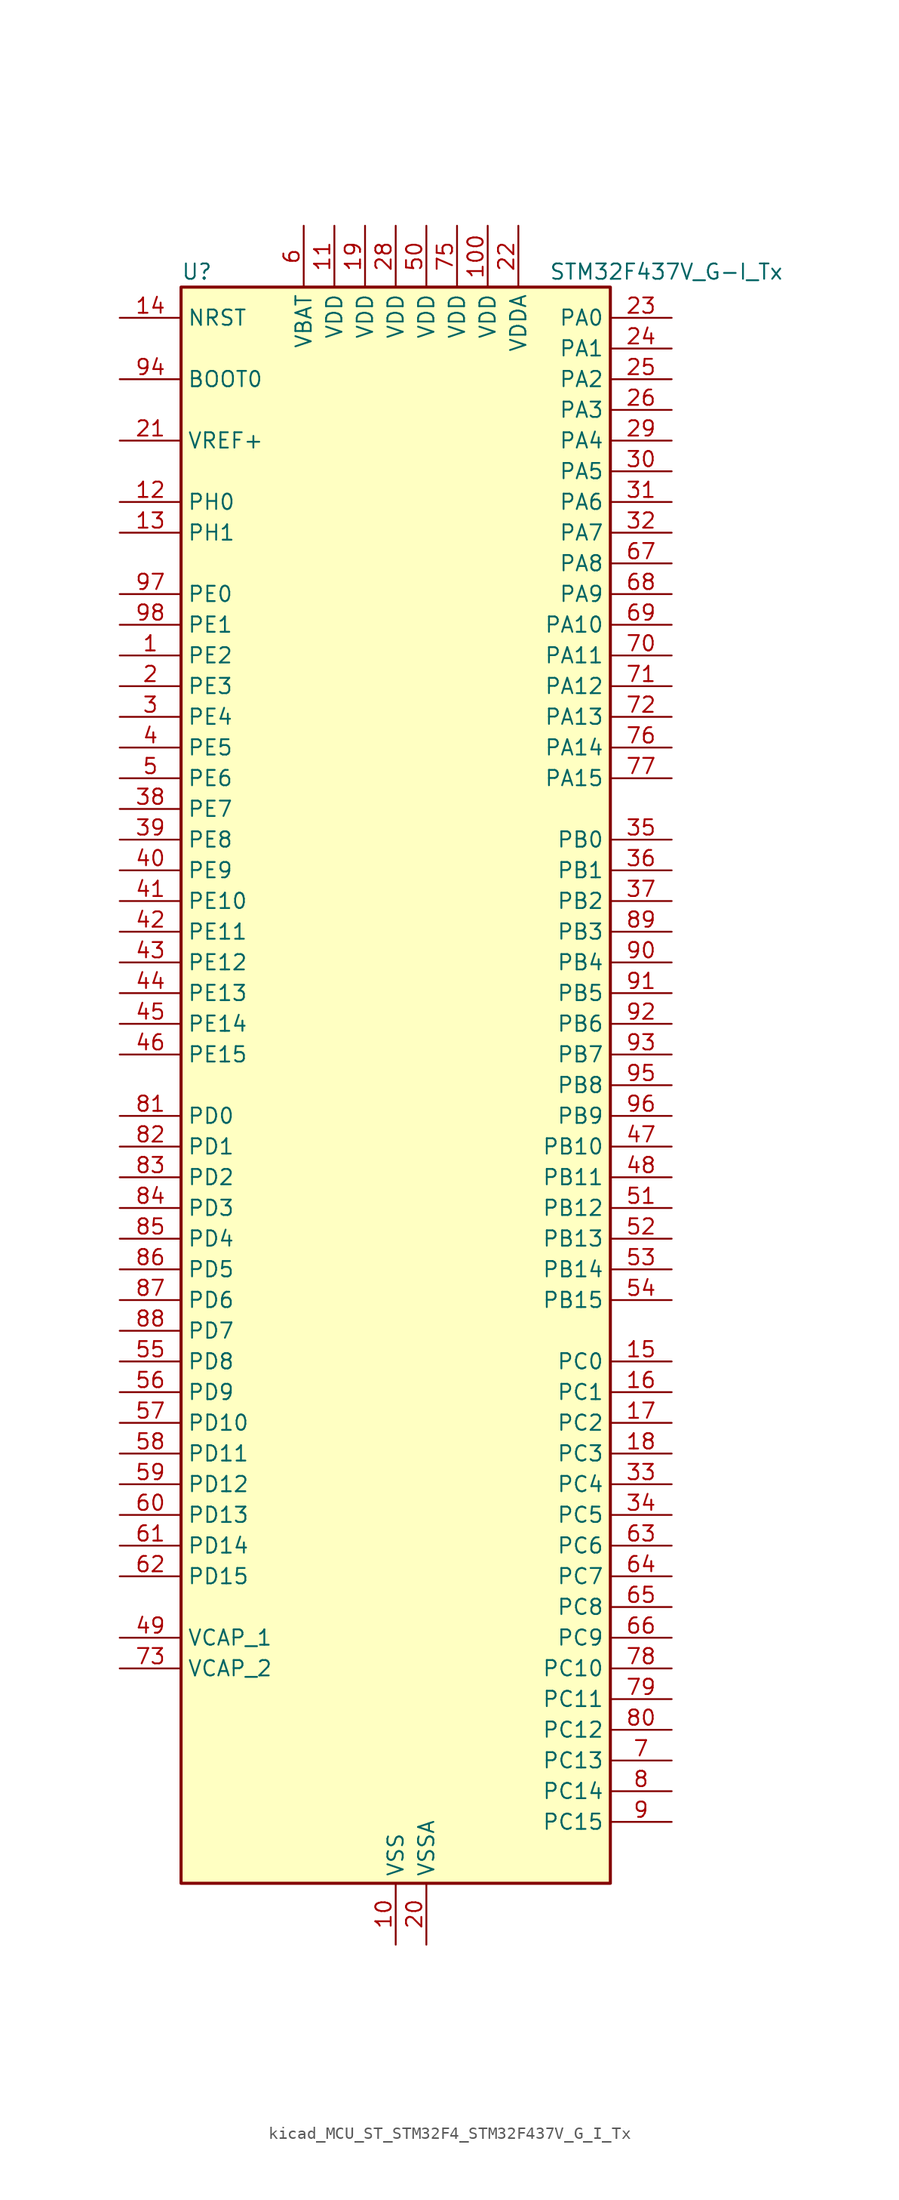
<source format=kicad_sym>
(kicad_symbol_lib
  (version 20220914)
  (generator kicad_symbol_editor)
  (symbol "kicad_MCU_ST_STM32F4_STM32F437V_G_I_Tx"
    (property "Reference" "U"
      (at -17.78 67.31 0)
      (effects (font (size 1.27 1.27)) (justify left)))
    (property "Value" "STM32F437V_G-I_Tx"
      (at 12.7 67.31 0)
      (effects (font (size 1.27 1.27)) (justify left)))
    (property "ki_locked" ""
      (at 0 0 0)
      (effects (font (size 1.27 1.27))))
    (symbol "kicad_MCU_ST_STM32F4_STM32F437V_G_I_Tx_0_1"
      (rectangle (start -17.78 -66.04) (end 17.78 66.04) (stroke (width 0.254) (type default)) (fill (type background))))
    (symbol "kicad_MCU_ST_STM32F4_STM32F437V_G_I_Tx_1_1"
      (pin bidirectional line (at -22.86 35.56 0) (length 5.08) (name "PE2" (effects (font (size 1.27 1.27)))) (number "1" (effects (font (size 1.27 1.27)))) (alternate "ETH_TXD3" bidirectional line) (alternate "FMC_A23" bidirectional line) (alternate "SAI1_MCLK_A" bidirectional line) (alternate "SPI4_SCK" bidirectional line) (alternate "SYS_TRACECLK" bidirectional line))
      (pin power_in line (at 0 -71.12 90) (length 5.08) (name "VSS" (effects (font (size 1.27 1.27)))) (number "10" (effects (font (size 1.27 1.27)))))
      (pin power_in line (at 7.62 71.12 270) (length 5.08) (name "VDD" (effects (font (size 1.27 1.27)))) (number "100" (effects (font (size 1.27 1.27)))))
      (pin power_in line (at -5.08 71.12 270) (length 5.08) (name "VDD" (effects (font (size 1.27 1.27)))) (number "11" (effects (font (size 1.27 1.27)))))
      (pin bidirectional line (at -22.86 48.26 0) (length 5.08) (name "PH0" (effects (font (size 1.27 1.27)))) (number "12" (effects (font (size 1.27 1.27)))) (alternate "RCC_OSC_IN" bidirectional line))
      (pin bidirectional line (at -22.86 45.72 0) (length 5.08) (name "PH1" (effects (font (size 1.27 1.27)))) (number "13" (effects (font (size 1.27 1.27)))) (alternate "RCC_OSC_OUT" bidirectional line))
      (pin input line (at -22.86 63.5 0) (length 5.08) (name "NRST" (effects (font (size 1.27 1.27)))) (number "14" (effects (font (size 1.27 1.27)))))
      (pin bidirectional line (at 22.86 -22.86 180) (length 5.08) (name "PC0" (effects (font (size 1.27 1.27)))) (number "15" (effects (font (size 1.27 1.27)))) (alternate "ADC1_IN10" bidirectional line) (alternate "ADC2_IN10" bidirectional line) (alternate "ADC3_IN10" bidirectional line) (alternate "FMC_SDNWE" bidirectional line) (alternate "USB_OTG_HS_ULPI_STP" bidirectional line))
      (pin bidirectional line (at 22.86 -25.4 180) (length 5.08) (name "PC1" (effects (font (size 1.27 1.27)))) (number "16" (effects (font (size 1.27 1.27)))) (alternate "ADC1_IN11" bidirectional line) (alternate "ADC2_IN11" bidirectional line) (alternate "ADC3_IN11" bidirectional line) (alternate "ETH_MDC" bidirectional line))
      (pin bidirectional line (at 22.86 -27.94 180) (length 5.08) (name "PC2" (effects (font (size 1.27 1.27)))) (number "17" (effects (font (size 1.27 1.27)))) (alternate "ADC1_IN12" bidirectional line) (alternate "ADC2_IN12" bidirectional line) (alternate "ADC3_IN12" bidirectional line) (alternate "ETH_TXD2" bidirectional line) (alternate "FMC_SDNE0" bidirectional line) (alternate "I2S2_ext_SD" bidirectional line) (alternate "SPI2_MISO" bidirectional line) (alternate "USB_OTG_HS_ULPI_DIR" bidirectional line))
      (pin bidirectional line (at 22.86 -30.48 180) (length 5.08) (name "PC3" (effects (font (size 1.27 1.27)))) (number "18" (effects (font (size 1.27 1.27)))) (alternate "ADC1_IN13" bidirectional line) (alternate "ADC2_IN13" bidirectional line) (alternate "ADC3_IN13" bidirectional line) (alternate "ETH_TX_CLK" bidirectional line) (alternate "FMC_SDCKE0" bidirectional line) (alternate "I2S2_SD" bidirectional line) (alternate "SPI2_MOSI" bidirectional line) (alternate "USB_OTG_HS_ULPI_NXT" bidirectional line))
      (pin power_in line (at -2.54 71.12 270) (length 5.08) (name "VDD" (effects (font (size 1.27 1.27)))) (number "19" (effects (font (size 1.27 1.27)))))
      (pin bidirectional line (at -22.86 33.02 0) (length 5.08) (name "PE3" (effects (font (size 1.27 1.27)))) (number "2" (effects (font (size 1.27 1.27)))) (alternate "FMC_A19" bidirectional line) (alternate "SAI1_SD_B" bidirectional line) (alternate "SYS_TRACED0" bidirectional line))
      (pin power_in line (at 2.54 -71.12 90) (length 5.08) (name "VSSA" (effects (font (size 1.27 1.27)))) (number "20" (effects (font (size 1.27 1.27)))))
      (pin input line (at -22.86 53.34 0) (length 5.08) (name "VREF+" (effects (font (size 1.27 1.27)))) (number "21" (effects (font (size 1.27 1.27)))))
      (pin power_in line (at 10.16 71.12 270) (length 5.08) (name "VDDA" (effects (font (size 1.27 1.27)))) (number "22" (effects (font (size 1.27 1.27)))))
      (pin bidirectional line (at 22.86 63.5 180) (length 5.08) (name "PA0" (effects (font (size 1.27 1.27)))) (number "23" (effects (font (size 1.27 1.27)))) (alternate "ADC1_IN0" bidirectional line) (alternate "ADC2_IN0" bidirectional line) (alternate "ADC3_IN0" bidirectional line) (alternate "ETH_CRS" bidirectional line) (alternate "SYS_WKUP" bidirectional line) (alternate "TIM2_CH1" bidirectional line) (alternate "TIM2_ETR" bidirectional line) (alternate "TIM5_CH1" bidirectional line) (alternate "TIM8_ETR" bidirectional line) (alternate "UART4_TX" bidirectional line) (alternate "USART2_CTS" bidirectional line))
      (pin bidirectional line (at 22.86 60.96 180) (length 5.08) (name "PA1" (effects (font (size 1.27 1.27)))) (number "24" (effects (font (size 1.27 1.27)))) (alternate "ADC1_IN1" bidirectional line) (alternate "ADC2_IN1" bidirectional line) (alternate "ADC3_IN1" bidirectional line) (alternate "ETH_REF_CLK" bidirectional line) (alternate "ETH_RX_CLK" bidirectional line) (alternate "TIM2_CH2" bidirectional line) (alternate "TIM5_CH2" bidirectional line) (alternate "UART4_RX" bidirectional line) (alternate "USART2_RTS" bidirectional line))
      (pin bidirectional line (at 22.86 58.42 180) (length 5.08) (name "PA2" (effects (font (size 1.27 1.27)))) (number "25" (effects (font (size 1.27 1.27)))) (alternate "ADC1_IN2" bidirectional line) (alternate "ADC2_IN2" bidirectional line) (alternate "ADC3_IN2" bidirectional line) (alternate "ETH_MDIO" bidirectional line) (alternate "TIM2_CH3" bidirectional line) (alternate "TIM5_CH3" bidirectional line) (alternate "TIM9_CH1" bidirectional line) (alternate "USART2_TX" bidirectional line))
      (pin bidirectional line (at 22.86 55.88 180) (length 5.08) (name "PA3" (effects (font (size 1.27 1.27)))) (number "26" (effects (font (size 1.27 1.27)))) (alternate "ADC1_IN3" bidirectional line) (alternate "ADC2_IN3" bidirectional line) (alternate "ADC3_IN3" bidirectional line) (alternate "ETH_COL" bidirectional line) (alternate "TIM2_CH4" bidirectional line) (alternate "TIM5_CH4" bidirectional line) (alternate "TIM9_CH2" bidirectional line) (alternate "USART2_RX" bidirectional line) (alternate "USB_OTG_HS_ULPI_D0" bidirectional line))
      (pin passive line (at 0 -71.12 90) (length 5.08) hide (name "VSS" (effects (font (size 1.27 1.27)))) (number "27" (effects (font (size 1.27 1.27)))))
      (pin power_in line (at 0 71.12 270) (length 5.08) (name "VDD" (effects (font (size 1.27 1.27)))) (number "28" (effects (font (size 1.27 1.27)))))
      (pin bidirectional line (at 22.86 53.34 180) (length 5.08) (name "PA4" (effects (font (size 1.27 1.27)))) (number "29" (effects (font (size 1.27 1.27)))) (alternate "ADC1_IN4" bidirectional line) (alternate "ADC2_IN4" bidirectional line) (alternate "DAC_OUT1" bidirectional line) (alternate "DCMI_HSYNC" bidirectional line) (alternate "I2S3_WS" bidirectional line) (alternate "SPI1_NSS" bidirectional line) (alternate "SPI3_NSS" bidirectional line) (alternate "USART2_CK" bidirectional line) (alternate "USB_OTG_HS_SOF" bidirectional line))
      (pin bidirectional line (at -22.86 30.48 0) (length 5.08) (name "PE4" (effects (font (size 1.27 1.27)))) (number "3" (effects (font (size 1.27 1.27)))) (alternate "DCMI_D4" bidirectional line) (alternate "FMC_A20" bidirectional line) (alternate "SAI1_FS_A" bidirectional line) (alternate "SPI4_NSS" bidirectional line) (alternate "SYS_TRACED1" bidirectional line))
      (pin bidirectional line (at 22.86 50.8 180) (length 5.08) (name "PA5" (effects (font (size 1.27 1.27)))) (number "30" (effects (font (size 1.27 1.27)))) (alternate "ADC1_IN5" bidirectional line) (alternate "ADC2_IN5" bidirectional line) (alternate "DAC_OUT2" bidirectional line) (alternate "SPI1_SCK" bidirectional line) (alternate "TIM2_CH1" bidirectional line) (alternate "TIM2_ETR" bidirectional line) (alternate "TIM8_CH1N" bidirectional line) (alternate "USB_OTG_HS_ULPI_CK" bidirectional line))
      (pin bidirectional line (at 22.86 48.26 180) (length 5.08) (name "PA6" (effects (font (size 1.27 1.27)))) (number "31" (effects (font (size 1.27 1.27)))) (alternate "ADC1_IN6" bidirectional line) (alternate "ADC2_IN6" bidirectional line) (alternate "DCMI_PIXCLK" bidirectional line) (alternate "SPI1_MISO" bidirectional line) (alternate "TIM13_CH1" bidirectional line) (alternate "TIM1_BKIN" bidirectional line) (alternate "TIM3_CH1" bidirectional line) (alternate "TIM8_BKIN" bidirectional line))
      (pin bidirectional line (at 22.86 45.72 180) (length 5.08) (name "PA7" (effects (font (size 1.27 1.27)))) (number "32" (effects (font (size 1.27 1.27)))) (alternate "ADC1_IN7" bidirectional line) (alternate "ADC2_IN7" bidirectional line) (alternate "ETH_CRS_DV" bidirectional line) (alternate "ETH_RX_DV" bidirectional line) (alternate "SPI1_MOSI" bidirectional line) (alternate "TIM14_CH1" bidirectional line) (alternate "TIM1_CH1N" bidirectional line) (alternate "TIM3_CH2" bidirectional line) (alternate "TIM8_CH1N" bidirectional line))
      (pin bidirectional line (at 22.86 -33.02 180) (length 5.08) (name "PC4" (effects (font (size 1.27 1.27)))) (number "33" (effects (font (size 1.27 1.27)))) (alternate "ADC1_IN14" bidirectional line) (alternate "ADC2_IN14" bidirectional line) (alternate "ETH_RXD0" bidirectional line))
      (pin bidirectional line (at 22.86 -35.56 180) (length 5.08) (name "PC5" (effects (font (size 1.27 1.27)))) (number "34" (effects (font (size 1.27 1.27)))) (alternate "ADC1_IN15" bidirectional line) (alternate "ADC2_IN15" bidirectional line) (alternate "ETH_RXD1" bidirectional line))
      (pin bidirectional line (at 22.86 20.32 180) (length 5.08) (name "PB0" (effects (font (size 1.27 1.27)))) (number "35" (effects (font (size 1.27 1.27)))) (alternate "ADC1_IN8" bidirectional line) (alternate "ADC2_IN8" bidirectional line) (alternate "ETH_RXD2" bidirectional line) (alternate "TIM1_CH2N" bidirectional line) (alternate "TIM3_CH3" bidirectional line) (alternate "TIM8_CH2N" bidirectional line) (alternate "USB_OTG_HS_ULPI_D1" bidirectional line))
      (pin bidirectional line (at 22.86 17.78 180) (length 5.08) (name "PB1" (effects (font (size 1.27 1.27)))) (number "36" (effects (font (size 1.27 1.27)))) (alternate "ADC1_IN9" bidirectional line) (alternate "ADC2_IN9" bidirectional line) (alternate "ETH_RXD3" bidirectional line) (alternate "TIM1_CH3N" bidirectional line) (alternate "TIM3_CH4" bidirectional line) (alternate "TIM8_CH3N" bidirectional line) (alternate "USB_OTG_HS_ULPI_D2" bidirectional line))
      (pin bidirectional line (at 22.86 15.24 180) (length 5.08) (name "PB2" (effects (font (size 1.27 1.27)))) (number "37" (effects (font (size 1.27 1.27)))))
      (pin bidirectional line (at -22.86 22.86 0) (length 5.08) (name "PE7" (effects (font (size 1.27 1.27)))) (number "38" (effects (font (size 1.27 1.27)))) (alternate "FMC_D4" bidirectional line) (alternate "FMC_DA4" bidirectional line) (alternate "TIM1_ETR" bidirectional line) (alternate "UART7_RX" bidirectional line))
      (pin bidirectional line (at -22.86 20.32 0) (length 5.08) (name "PE8" (effects (font (size 1.27 1.27)))) (number "39" (effects (font (size 1.27 1.27)))) (alternate "FMC_D5" bidirectional line) (alternate "FMC_DA5" bidirectional line) (alternate "TIM1_CH1N" bidirectional line) (alternate "UART7_TX" bidirectional line))
      (pin bidirectional line (at -22.86 27.94 0) (length 5.08) (name "PE5" (effects (font (size 1.27 1.27)))) (number "4" (effects (font (size 1.27 1.27)))) (alternate "DCMI_D6" bidirectional line) (alternate "FMC_A21" bidirectional line) (alternate "SAI1_SCK_A" bidirectional line) (alternate "SPI4_MISO" bidirectional line) (alternate "SYS_TRACED2" bidirectional line) (alternate "TIM9_CH1" bidirectional line))
      (pin bidirectional line (at -22.86 17.78 0) (length 5.08) (name "PE9" (effects (font (size 1.27 1.27)))) (number "40" (effects (font (size 1.27 1.27)))) (alternate "DAC_EXTI9" bidirectional line) (alternate "FMC_D6" bidirectional line) (alternate "FMC_DA6" bidirectional line) (alternate "TIM1_CH1" bidirectional line))
      (pin bidirectional line (at -22.86 15.24 0) (length 5.08) (name "PE10" (effects (font (size 1.27 1.27)))) (number "41" (effects (font (size 1.27 1.27)))) (alternate "FMC_D7" bidirectional line) (alternate "FMC_DA7" bidirectional line) (alternate "TIM1_CH2N" bidirectional line))
      (pin bidirectional line (at -22.86 12.7 0) (length 5.08) (name "PE11" (effects (font (size 1.27 1.27)))) (number "42" (effects (font (size 1.27 1.27)))) (alternate "ADC1_EXTI11" bidirectional line) (alternate "ADC2_EXTI11" bidirectional line) (alternate "ADC3_EXTI11" bidirectional line) (alternate "FMC_D8" bidirectional line) (alternate "FMC_DA8" bidirectional line) (alternate "SPI4_NSS" bidirectional line) (alternate "TIM1_CH2" bidirectional line))
      (pin bidirectional line (at -22.86 10.16 0) (length 5.08) (name "PE12" (effects (font (size 1.27 1.27)))) (number "43" (effects (font (size 1.27 1.27)))) (alternate "FMC_D9" bidirectional line) (alternate "FMC_DA9" bidirectional line) (alternate "SPI4_SCK" bidirectional line) (alternate "TIM1_CH3N" bidirectional line))
      (pin bidirectional line (at -22.86 7.62 0) (length 5.08) (name "PE13" (effects (font (size 1.27 1.27)))) (number "44" (effects (font (size 1.27 1.27)))) (alternate "FMC_D10" bidirectional line) (alternate "FMC_DA10" bidirectional line) (alternate "SPI4_MISO" bidirectional line) (alternate "TIM1_CH3" bidirectional line))
      (pin bidirectional line (at -22.86 5.08 0) (length 5.08) (name "PE14" (effects (font (size 1.27 1.27)))) (number "45" (effects (font (size 1.27 1.27)))) (alternate "FMC_D11" bidirectional line) (alternate "FMC_DA11" bidirectional line) (alternate "SPI4_MOSI" bidirectional line) (alternate "TIM1_CH4" bidirectional line))
      (pin bidirectional line (at -22.86 2.54 0) (length 5.08) (name "PE15" (effects (font (size 1.27 1.27)))) (number "46" (effects (font (size 1.27 1.27)))) (alternate "ADC1_EXTI15" bidirectional line) (alternate "ADC2_EXTI15" bidirectional line) (alternate "ADC3_EXTI15" bidirectional line) (alternate "FMC_D12" bidirectional line) (alternate "FMC_DA12" bidirectional line) (alternate "TIM1_BKIN" bidirectional line))
      (pin bidirectional line (at 22.86 -5.08 180) (length 5.08) (name "PB10" (effects (font (size 1.27 1.27)))) (number "47" (effects (font (size 1.27 1.27)))) (alternate "ETH_RX_ER" bidirectional line) (alternate "I2C2_SCL" bidirectional line) (alternate "I2S2_CK" bidirectional line) (alternate "SPI2_SCK" bidirectional line) (alternate "TIM2_CH3" bidirectional line) (alternate "USART3_TX" bidirectional line) (alternate "USB_OTG_HS_ULPI_D3" bidirectional line))
      (pin bidirectional line (at 22.86 -7.62 180) (length 5.08) (name "PB11" (effects (font (size 1.27 1.27)))) (number "48" (effects (font (size 1.27 1.27)))) (alternate "ADC1_EXTI11" bidirectional line) (alternate "ADC2_EXTI11" bidirectional line) (alternate "ADC3_EXTI11" bidirectional line) (alternate "ETH_TX_EN" bidirectional line) (alternate "I2C2_SDA" bidirectional line) (alternate "TIM2_CH4" bidirectional line) (alternate "USART3_RX" bidirectional line) (alternate "USB_OTG_HS_ULPI_D4" bidirectional line))
      (pin power_out line (at -22.86 -45.72 0) (length 5.08) (name "VCAP_1" (effects (font (size 1.27 1.27)))) (number "49" (effects (font (size 1.27 1.27)))))
      (pin bidirectional line (at -22.86 25.4 0) (length 5.08) (name "PE6" (effects (font (size 1.27 1.27)))) (number "5" (effects (font (size 1.27 1.27)))) (alternate "DCMI_D7" bidirectional line) (alternate "FMC_A22" bidirectional line) (alternate "SAI1_SD_A" bidirectional line) (alternate "SPI4_MOSI" bidirectional line) (alternate "SYS_TRACED3" bidirectional line) (alternate "TIM9_CH2" bidirectional line))
      (pin power_in line (at 2.54 71.12 270) (length 5.08) (name "VDD" (effects (font (size 1.27 1.27)))) (number "50" (effects (font (size 1.27 1.27)))))
      (pin bidirectional line (at 22.86 -10.16 180) (length 5.08) (name "PB12" (effects (font (size 1.27 1.27)))) (number "51" (effects (font (size 1.27 1.27)))) (alternate "CAN2_RX" bidirectional line) (alternate "ETH_TXD0" bidirectional line) (alternate "I2C2_SMBA" bidirectional line) (alternate "I2S2_WS" bidirectional line) (alternate "SPI2_NSS" bidirectional line) (alternate "TIM1_BKIN" bidirectional line) (alternate "USART3_CK" bidirectional line) (alternate "USB_OTG_HS_ID" bidirectional line) (alternate "USB_OTG_HS_ULPI_D5" bidirectional line))
      (pin bidirectional line (at 22.86 -12.7 180) (length 5.08) (name "PB13" (effects (font (size 1.27 1.27)))) (number "52" (effects (font (size 1.27 1.27)))) (alternate "CAN2_TX" bidirectional line) (alternate "ETH_TXD1" bidirectional line) (alternate "I2S2_CK" bidirectional line) (alternate "SPI2_SCK" bidirectional line) (alternate "TIM1_CH1N" bidirectional line) (alternate "USART3_CTS" bidirectional line) (alternate "USB_OTG_HS_ULPI_D6" bidirectional line) (alternate "USB_OTG_HS_VBUS" bidirectional line))
      (pin bidirectional line (at 22.86 -15.24 180) (length 5.08) (name "PB14" (effects (font (size 1.27 1.27)))) (number "53" (effects (font (size 1.27 1.27)))) (alternate "I2S2_ext_SD" bidirectional line) (alternate "SPI2_MISO" bidirectional line) (alternate "TIM12_CH1" bidirectional line) (alternate "TIM1_CH2N" bidirectional line) (alternate "TIM8_CH2N" bidirectional line) (alternate "USART3_RTS" bidirectional line) (alternate "USB_OTG_HS_DM" bidirectional line))
      (pin bidirectional line (at 22.86 -17.78 180) (length 5.08) (name "PB15" (effects (font (size 1.27 1.27)))) (number "54" (effects (font (size 1.27 1.27)))) (alternate "ADC1_EXTI15" bidirectional line) (alternate "ADC2_EXTI15" bidirectional line) (alternate "ADC3_EXTI15" bidirectional line) (alternate "I2S2_SD" bidirectional line) (alternate "RTC_REFIN" bidirectional line) (alternate "SPI2_MOSI" bidirectional line) (alternate "TIM12_CH2" bidirectional line) (alternate "TIM1_CH3N" bidirectional line) (alternate "TIM8_CH3N" bidirectional line) (alternate "USB_OTG_HS_DP" bidirectional line))
      (pin bidirectional line (at -22.86 -22.86 0) (length 5.08) (name "PD8" (effects (font (size 1.27 1.27)))) (number "55" (effects (font (size 1.27 1.27)))) (alternate "FMC_D13" bidirectional line) (alternate "FMC_DA13" bidirectional line) (alternate "USART3_TX" bidirectional line))
      (pin bidirectional line (at -22.86 -25.4 0) (length 5.08) (name "PD9" (effects (font (size 1.27 1.27)))) (number "56" (effects (font (size 1.27 1.27)))) (alternate "DAC_EXTI9" bidirectional line) (alternate "FMC_D14" bidirectional line) (alternate "FMC_DA14" bidirectional line) (alternate "USART3_RX" bidirectional line))
      (pin bidirectional line (at -22.86 -27.94 0) (length 5.08) (name "PD10" (effects (font (size 1.27 1.27)))) (number "57" (effects (font (size 1.27 1.27)))) (alternate "FMC_D15" bidirectional line) (alternate "FMC_DA15" bidirectional line) (alternate "USART3_CK" bidirectional line))
      (pin bidirectional line (at -22.86 -30.48 0) (length 5.08) (name "PD11" (effects (font (size 1.27 1.27)))) (number "58" (effects (font (size 1.27 1.27)))) (alternate "ADC1_EXTI11" bidirectional line) (alternate "ADC2_EXTI11" bidirectional line) (alternate "ADC3_EXTI11" bidirectional line) (alternate "FMC_A16" bidirectional line) (alternate "FMC_CLE" bidirectional line) (alternate "USART3_CTS" bidirectional line))
      (pin bidirectional line (at -22.86 -33.02 0) (length 5.08) (name "PD12" (effects (font (size 1.27 1.27)))) (number "59" (effects (font (size 1.27 1.27)))) (alternate "FMC_A17" bidirectional line) (alternate "FMC_ALE" bidirectional line) (alternate "TIM4_CH1" bidirectional line) (alternate "USART3_RTS" bidirectional line))
      (pin power_in line (at -7.62 71.12 270) (length 5.08) (name "VBAT" (effects (font (size 1.27 1.27)))) (number "6" (effects (font (size 1.27 1.27)))))
      (pin bidirectional line (at -22.86 -35.56 0) (length 5.08) (name "PD13" (effects (font (size 1.27 1.27)))) (number "60" (effects (font (size 1.27 1.27)))) (alternate "FMC_A18" bidirectional line) (alternate "TIM4_CH2" bidirectional line))
      (pin bidirectional line (at -22.86 -38.1 0) (length 5.08) (name "PD14" (effects (font (size 1.27 1.27)))) (number "61" (effects (font (size 1.27 1.27)))) (alternate "FMC_D0" bidirectional line) (alternate "FMC_DA0" bidirectional line) (alternate "TIM4_CH3" bidirectional line))
      (pin bidirectional line (at -22.86 -40.64 0) (length 5.08) (name "PD15" (effects (font (size 1.27 1.27)))) (number "62" (effects (font (size 1.27 1.27)))) (alternate "ADC1_EXTI15" bidirectional line) (alternate "ADC2_EXTI15" bidirectional line) (alternate "ADC3_EXTI15" bidirectional line) (alternate "FMC_D1" bidirectional line) (alternate "FMC_DA1" bidirectional line) (alternate "TIM4_CH4" bidirectional line))
      (pin bidirectional line (at 22.86 -38.1 180) (length 5.08) (name "PC6" (effects (font (size 1.27 1.27)))) (number "63" (effects (font (size 1.27 1.27)))) (alternate "DCMI_D0" bidirectional line) (alternate "I2S2_MCK" bidirectional line) (alternate "SDIO_D6" bidirectional line) (alternate "TIM3_CH1" bidirectional line) (alternate "TIM8_CH1" bidirectional line) (alternate "USART6_TX" bidirectional line))
      (pin bidirectional line (at 22.86 -40.64 180) (length 5.08) (name "PC7" (effects (font (size 1.27 1.27)))) (number "64" (effects (font (size 1.27 1.27)))) (alternate "DCMI_D1" bidirectional line) (alternate "I2S3_MCK" bidirectional line) (alternate "SDIO_D7" bidirectional line) (alternate "TIM3_CH2" bidirectional line) (alternate "TIM8_CH2" bidirectional line) (alternate "USART6_RX" bidirectional line))
      (pin bidirectional line (at 22.86 -43.18 180) (length 5.08) (name "PC8" (effects (font (size 1.27 1.27)))) (number "65" (effects (font (size 1.27 1.27)))) (alternate "DCMI_D2" bidirectional line) (alternate "SDIO_D0" bidirectional line) (alternate "TIM3_CH3" bidirectional line) (alternate "TIM8_CH3" bidirectional line) (alternate "USART6_CK" bidirectional line))
      (pin bidirectional line (at 22.86 -45.72 180) (length 5.08) (name "PC9" (effects (font (size 1.27 1.27)))) (number "66" (effects (font (size 1.27 1.27)))) (alternate "DAC_EXTI9" bidirectional line) (alternate "DCMI_D3" bidirectional line) (alternate "I2C3_SDA" bidirectional line) (alternate "I2S_CKIN" bidirectional line) (alternate "RCC_MCO_2" bidirectional line) (alternate "SDIO_D1" bidirectional line) (alternate "TIM3_CH4" bidirectional line) (alternate "TIM8_CH4" bidirectional line))
      (pin bidirectional line (at 22.86 43.18 180) (length 5.08) (name "PA8" (effects (font (size 1.27 1.27)))) (number "67" (effects (font (size 1.27 1.27)))) (alternate "I2C3_SCL" bidirectional line) (alternate "RCC_MCO_1" bidirectional line) (alternate "TIM1_CH1" bidirectional line) (alternate "USART1_CK" bidirectional line) (alternate "USB_OTG_FS_SOF" bidirectional line))
      (pin bidirectional line (at 22.86 40.64 180) (length 5.08) (name "PA9" (effects (font (size 1.27 1.27)))) (number "68" (effects (font (size 1.27 1.27)))) (alternate "DAC_EXTI9" bidirectional line) (alternate "DCMI_D0" bidirectional line) (alternate "I2C3_SMBA" bidirectional line) (alternate "TIM1_CH2" bidirectional line) (alternate "USART1_TX" bidirectional line) (alternate "USB_OTG_FS_VBUS" bidirectional line))
      (pin bidirectional line (at 22.86 38.1 180) (length 5.08) (name "PA10" (effects (font (size 1.27 1.27)))) (number "69" (effects (font (size 1.27 1.27)))) (alternate "DCMI_D1" bidirectional line) (alternate "TIM1_CH3" bidirectional line) (alternate "USART1_RX" bidirectional line) (alternate "USB_OTG_FS_ID" bidirectional line))
      (pin bidirectional line (at 22.86 -55.88 180) (length 5.08) (name "PC13" (effects (font (size 1.27 1.27)))) (number "7" (effects (font (size 1.27 1.27)))) (alternate "RTC_AF1" bidirectional line))
      (pin bidirectional line (at 22.86 35.56 180) (length 5.08) (name "PA11" (effects (font (size 1.27 1.27)))) (number "70" (effects (font (size 1.27 1.27)))) (alternate "ADC1_EXTI11" bidirectional line) (alternate "ADC2_EXTI11" bidirectional line) (alternate "ADC3_EXTI11" bidirectional line) (alternate "CAN1_RX" bidirectional line) (alternate "TIM1_CH4" bidirectional line) (alternate "USART1_CTS" bidirectional line) (alternate "USB_OTG_FS_DM" bidirectional line))
      (pin bidirectional line (at 22.86 33.02 180) (length 5.08) (name "PA12" (effects (font (size 1.27 1.27)))) (number "71" (effects (font (size 1.27 1.27)))) (alternate "CAN1_TX" bidirectional line) (alternate "TIM1_ETR" bidirectional line) (alternate "USART1_RTS" bidirectional line) (alternate "USB_OTG_FS_DP" bidirectional line))
      (pin bidirectional line (at 22.86 30.48 180) (length 5.08) (name "PA13" (effects (font (size 1.27 1.27)))) (number "72" (effects (font (size 1.27 1.27)))) (alternate "SYS_JTMS-SWDIO" bidirectional line))
      (pin power_out line (at -22.86 -48.26 0) (length 5.08) (name "VCAP_2" (effects (font (size 1.27 1.27)))) (number "73" (effects (font (size 1.27 1.27)))))
      (pin passive line (at 0 -71.12 90) (length 5.08) hide (name "VSS" (effects (font (size 1.27 1.27)))) (number "74" (effects (font (size 1.27 1.27)))))
      (pin power_in line (at 5.08 71.12 270) (length 5.08) (name "VDD" (effects (font (size 1.27 1.27)))) (number "75" (effects (font (size 1.27 1.27)))))
      (pin bidirectional line (at 22.86 27.94 180) (length 5.08) (name "PA14" (effects (font (size 1.27 1.27)))) (number "76" (effects (font (size 1.27 1.27)))) (alternate "SYS_JTCK-SWCLK" bidirectional line))
      (pin bidirectional line (at 22.86 25.4 180) (length 5.08) (name "PA15" (effects (font (size 1.27 1.27)))) (number "77" (effects (font (size 1.27 1.27)))) (alternate "ADC1_EXTI15" bidirectional line) (alternate "ADC2_EXTI15" bidirectional line) (alternate "ADC3_EXTI15" bidirectional line) (alternate "I2S3_WS" bidirectional line) (alternate "SPI1_NSS" bidirectional line) (alternate "SPI3_NSS" bidirectional line) (alternate "SYS_JTDI" bidirectional line) (alternate "TIM2_CH1" bidirectional line) (alternate "TIM2_ETR" bidirectional line))
      (pin bidirectional line (at 22.86 -48.26 180) (length 5.08) (name "PC10" (effects (font (size 1.27 1.27)))) (number "78" (effects (font (size 1.27 1.27)))) (alternate "DCMI_D8" bidirectional line) (alternate "I2S3_CK" bidirectional line) (alternate "SDIO_D2" bidirectional line) (alternate "SPI3_SCK" bidirectional line) (alternate "UART4_TX" bidirectional line) (alternate "USART3_TX" bidirectional line))
      (pin bidirectional line (at 22.86 -50.8 180) (length 5.08) (name "PC11" (effects (font (size 1.27 1.27)))) (number "79" (effects (font (size 1.27 1.27)))) (alternate "ADC1_EXTI11" bidirectional line) (alternate "ADC2_EXTI11" bidirectional line) (alternate "ADC3_EXTI11" bidirectional line) (alternate "DCMI_D4" bidirectional line) (alternate "I2S3_ext_SD" bidirectional line) (alternate "SDIO_D3" bidirectional line) (alternate "SPI3_MISO" bidirectional line) (alternate "UART4_RX" bidirectional line) (alternate "USART3_RX" bidirectional line))
      (pin bidirectional line (at 22.86 -58.42 180) (length 5.08) (name "PC14" (effects (font (size 1.27 1.27)))) (number "8" (effects (font (size 1.27 1.27)))) (alternate "RCC_OSC32_IN" bidirectional line))
      (pin bidirectional line (at 22.86 -53.34 180) (length 5.08) (name "PC12" (effects (font (size 1.27 1.27)))) (number "80" (effects (font (size 1.27 1.27)))) (alternate "DCMI_D9" bidirectional line) (alternate "I2S3_SD" bidirectional line) (alternate "SDIO_CK" bidirectional line) (alternate "SPI3_MOSI" bidirectional line) (alternate "UART5_TX" bidirectional line) (alternate "USART3_CK" bidirectional line))
      (pin bidirectional line (at -22.86 -2.54 0) (length 5.08) (name "PD0" (effects (font (size 1.27 1.27)))) (number "81" (effects (font (size 1.27 1.27)))) (alternate "CAN1_RX" bidirectional line) (alternate "FMC_D2" bidirectional line) (alternate "FMC_DA2" bidirectional line))
      (pin bidirectional line (at -22.86 -5.08 0) (length 5.08) (name "PD1" (effects (font (size 1.27 1.27)))) (number "82" (effects (font (size 1.27 1.27)))) (alternate "CAN1_TX" bidirectional line) (alternate "FMC_D3" bidirectional line) (alternate "FMC_DA3" bidirectional line))
      (pin bidirectional line (at -22.86 -7.62 0) (length 5.08) (name "PD2" (effects (font (size 1.27 1.27)))) (number "83" (effects (font (size 1.27 1.27)))) (alternate "DCMI_D11" bidirectional line) (alternate "SDIO_CMD" bidirectional line) (alternate "TIM3_ETR" bidirectional line) (alternate "UART5_RX" bidirectional line))
      (pin bidirectional line (at -22.86 -10.16 0) (length 5.08) (name "PD3" (effects (font (size 1.27 1.27)))) (number "84" (effects (font (size 1.27 1.27)))) (alternate "DCMI_D5" bidirectional line) (alternate "FMC_CLK" bidirectional line) (alternate "I2S2_CK" bidirectional line) (alternate "SPI2_SCK" bidirectional line) (alternate "USART2_CTS" bidirectional line))
      (pin bidirectional line (at -22.86 -12.7 0) (length 5.08) (name "PD4" (effects (font (size 1.27 1.27)))) (number "85" (effects (font (size 1.27 1.27)))) (alternate "FMC_NOE" bidirectional line) (alternate "USART2_RTS" bidirectional line))
      (pin bidirectional line (at -22.86 -15.24 0) (length 5.08) (name "PD5" (effects (font (size 1.27 1.27)))) (number "86" (effects (font (size 1.27 1.27)))) (alternate "FMC_NWE" bidirectional line) (alternate "USART2_TX" bidirectional line))
      (pin bidirectional line (at -22.86 -17.78 0) (length 5.08) (name "PD6" (effects (font (size 1.27 1.27)))) (number "87" (effects (font (size 1.27 1.27)))) (alternate "DCMI_D10" bidirectional line) (alternate "FMC_NWAIT" bidirectional line) (alternate "I2S3_SD" bidirectional line) (alternate "SAI1_SD_A" bidirectional line) (alternate "SPI3_MOSI" bidirectional line) (alternate "USART2_RX" bidirectional line))
      (pin bidirectional line (at -22.86 -20.32 0) (length 5.08) (name "PD7" (effects (font (size 1.27 1.27)))) (number "88" (effects (font (size 1.27 1.27)))) (alternate "FMC_NCE2" bidirectional line) (alternate "FMC_NE1" bidirectional line) (alternate "USART2_CK" bidirectional line))
      (pin bidirectional line (at 22.86 12.7 180) (length 5.08) (name "PB3" (effects (font (size 1.27 1.27)))) (number "89" (effects (font (size 1.27 1.27)))) (alternate "I2S3_CK" bidirectional line) (alternate "SPI1_SCK" bidirectional line) (alternate "SPI3_SCK" bidirectional line) (alternate "SYS_JTDO-SWO" bidirectional line) (alternate "TIM2_CH2" bidirectional line))
      (pin bidirectional line (at 22.86 -60.96 180) (length 5.08) (name "PC15" (effects (font (size 1.27 1.27)))) (number "9" (effects (font (size 1.27 1.27)))) (alternate "ADC1_EXTI15" bidirectional line) (alternate "ADC2_EXTI15" bidirectional line) (alternate "ADC3_EXTI15" bidirectional line) (alternate "RCC_OSC32_OUT" bidirectional line))
      (pin bidirectional line (at 22.86 10.16 180) (length 5.08) (name "PB4" (effects (font (size 1.27 1.27)))) (number "90" (effects (font (size 1.27 1.27)))) (alternate "I2S3_ext_SD" bidirectional line) (alternate "SPI1_MISO" bidirectional line) (alternate "SPI3_MISO" bidirectional line) (alternate "SYS_JTRST" bidirectional line) (alternate "TIM3_CH1" bidirectional line))
      (pin bidirectional line (at 22.86 7.62 180) (length 5.08) (name "PB5" (effects (font (size 1.27 1.27)))) (number "91" (effects (font (size 1.27 1.27)))) (alternate "CAN2_RX" bidirectional line) (alternate "DCMI_D10" bidirectional line) (alternate "ETH_PPS_OUT" bidirectional line) (alternate "FMC_SDCKE1" bidirectional line) (alternate "I2C1_SMBA" bidirectional line) (alternate "I2S3_SD" bidirectional line) (alternate "SPI1_MOSI" bidirectional line) (alternate "SPI3_MOSI" bidirectional line) (alternate "TIM3_CH2" bidirectional line) (alternate "USB_OTG_HS_ULPI_D7" bidirectional line))
      (pin bidirectional line (at 22.86 5.08 180) (length 5.08) (name "PB6" (effects (font (size 1.27 1.27)))) (number "92" (effects (font (size 1.27 1.27)))) (alternate "CAN2_TX" bidirectional line) (alternate "DCMI_D5" bidirectional line) (alternate "FMC_SDNE1" bidirectional line) (alternate "I2C1_SCL" bidirectional line) (alternate "TIM4_CH1" bidirectional line) (alternate "USART1_TX" bidirectional line))
      (pin bidirectional line (at 22.86 2.54 180) (length 5.08) (name "PB7" (effects (font (size 1.27 1.27)))) (number "93" (effects (font (size 1.27 1.27)))) (alternate "DCMI_VSYNC" bidirectional line) (alternate "FMC_NL" bidirectional line) (alternate "I2C1_SDA" bidirectional line) (alternate "TIM4_CH2" bidirectional line) (alternate "USART1_RX" bidirectional line))
      (pin input line (at -22.86 58.42 0) (length 5.08) (name "BOOT0" (effects (font (size 1.27 1.27)))) (number "94" (effects (font (size 1.27 1.27)))))
      (pin bidirectional line (at 22.86 0 180) (length 5.08) (name "PB8" (effects (font (size 1.27 1.27)))) (number "95" (effects (font (size 1.27 1.27)))) (alternate "CAN1_RX" bidirectional line) (alternate "DCMI_D6" bidirectional line) (alternate "ETH_TXD3" bidirectional line) (alternate "I2C1_SCL" bidirectional line) (alternate "SDIO_D4" bidirectional line) (alternate "TIM10_CH1" bidirectional line) (alternate "TIM4_CH3" bidirectional line))
      (pin bidirectional line (at 22.86 -2.54 180) (length 5.08) (name "PB9" (effects (font (size 1.27 1.27)))) (number "96" (effects (font (size 1.27 1.27)))) (alternate "CAN1_TX" bidirectional line) (alternate "DAC_EXTI9" bidirectional line) (alternate "DCMI_D7" bidirectional line) (alternate "I2C1_SDA" bidirectional line) (alternate "I2S2_WS" bidirectional line) (alternate "SDIO_D5" bidirectional line) (alternate "SPI2_NSS" bidirectional line) (alternate "TIM11_CH1" bidirectional line) (alternate "TIM4_CH4" bidirectional line))
      (pin bidirectional line (at -22.86 40.64 0) (length 5.08) (name "PE0" (effects (font (size 1.27 1.27)))) (number "97" (effects (font (size 1.27 1.27)))) (alternate "DCMI_D2" bidirectional line) (alternate "FMC_NBL0" bidirectional line) (alternate "TIM4_ETR" bidirectional line) (alternate "UART8_RX" bidirectional line))
      (pin bidirectional line (at -22.86 38.1 0) (length 5.08) (name "PE1" (effects (font (size 1.27 1.27)))) (number "98" (effects (font (size 1.27 1.27)))) (alternate "DCMI_D3" bidirectional line) (alternate "FMC_NBL1" bidirectional line) (alternate "UART8_TX" bidirectional line))
      (pin passive line (at 0 -71.12 90) (length 5.08) hide (name "VSS" (effects (font (size 1.27 1.27)))) (number "99" (effects (font (size 1.27 1.27))))))))
</source>
